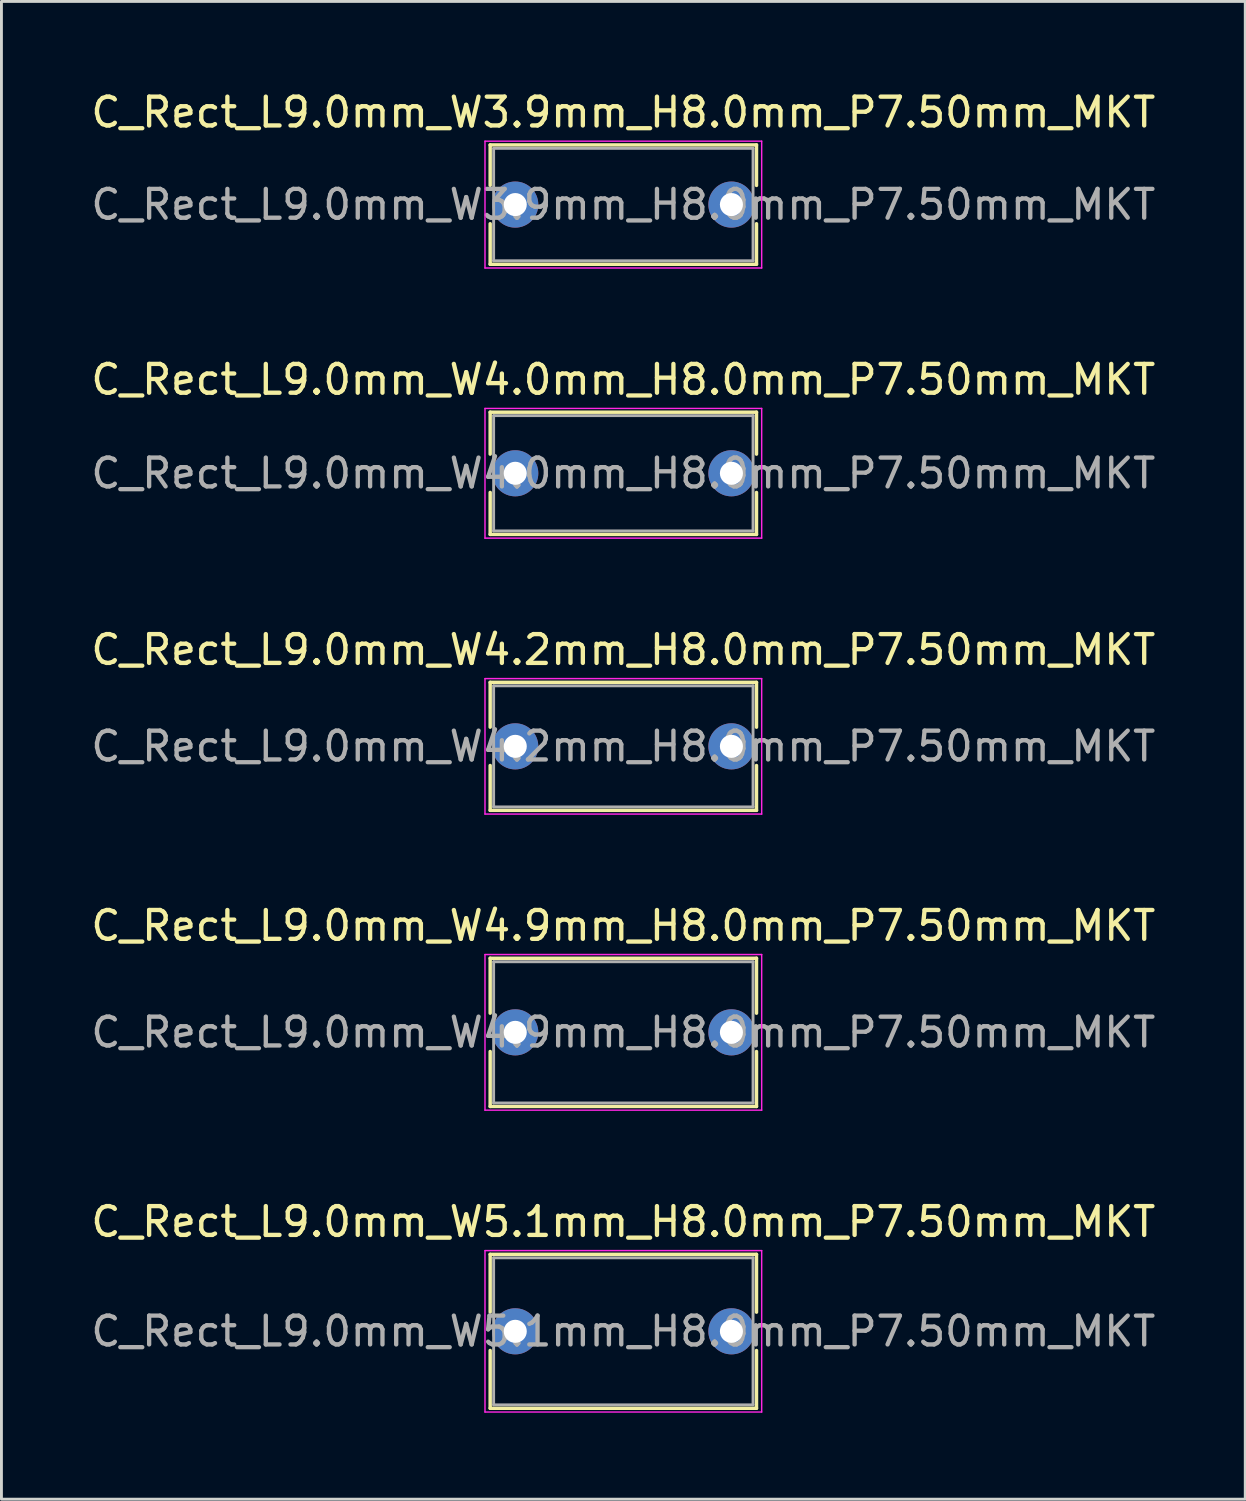
<source format=kicad_pcb>
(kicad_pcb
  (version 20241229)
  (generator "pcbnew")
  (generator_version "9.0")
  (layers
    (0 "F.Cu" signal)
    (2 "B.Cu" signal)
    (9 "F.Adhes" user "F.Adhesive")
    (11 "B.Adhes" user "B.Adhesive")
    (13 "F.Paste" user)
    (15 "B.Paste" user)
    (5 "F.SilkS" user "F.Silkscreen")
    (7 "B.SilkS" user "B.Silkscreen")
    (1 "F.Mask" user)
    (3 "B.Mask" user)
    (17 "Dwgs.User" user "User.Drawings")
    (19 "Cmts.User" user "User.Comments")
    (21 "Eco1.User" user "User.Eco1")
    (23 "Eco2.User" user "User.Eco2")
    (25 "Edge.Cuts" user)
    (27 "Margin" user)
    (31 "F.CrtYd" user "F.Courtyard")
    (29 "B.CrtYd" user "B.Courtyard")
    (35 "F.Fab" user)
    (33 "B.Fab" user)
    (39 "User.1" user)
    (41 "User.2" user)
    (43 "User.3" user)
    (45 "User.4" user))
  (footprint "C_Rect_L9.0mm_W4.2mm_H8.0mm_P7.50mm_MKT"
    (layer "F.Cu")
    (at 14.827 22.845)
    (property "Reference" "C_Rect_L9.0mm_W4.2mm_H8.0mm_P7.50mm_MKT" (at 3.75 -3.35 0) (layer "F.SilkS") (effects (font (size 1 1) (thickness 0.15))))
    (attr through_hole)
    (fp_line (start -0.87 -2.22) (end -0.87 -0.665) (stroke (width 0.12) (type solid)) (layer "F.SilkS"))
    (fp_line (start -0.87 -2.22) (end 8.37 -2.22) (stroke (width 0.12) (type solid)) (layer "F.SilkS"))
    (fp_line (start -0.87 0.665) (end -0.87 2.22) (stroke (width 0.12) (type solid)) (layer "F.SilkS"))
    (fp_line (start -0.87 2.22) (end 8.37 2.22) (stroke (width 0.12) (type solid)) (layer "F.SilkS"))
    (fp_line (start 8.37 -2.22) (end 8.37 -0.665) (stroke (width 0.12) (type solid)) (layer "F.SilkS"))
    (fp_line (start 8.37 0.665) (end 8.37 2.22) (stroke (width 0.12) (type solid)) (layer "F.SilkS"))
    (fp_line (start -1.05 -2.35) (end -1.05 2.35) (stroke (width 0.05) (type solid)) (layer "F.CrtYd"))
    (fp_line (start -1.05 2.35) (end 8.55 2.35) (stroke (width 0.05) (type solid)) (layer "F.CrtYd"))
    (fp_line (start 8.55 -2.35) (end -1.05 -2.35) (stroke (width 0.05) (type solid)) (layer "F.CrtYd"))
    (fp_line (start 8.55 2.35) (end 8.55 -2.35) (stroke (width 0.05) (type solid)) (layer "F.CrtYd"))
    (fp_line (start -0.75 -2.1) (end -0.75 2.1) (stroke (width 0.1) (type solid)) (layer "F.Fab"))
    (fp_line (start -0.75 2.1) (end 8.25 2.1) (stroke (width 0.1) (type solid)) (layer "F.Fab"))
    (fp_line (start 8.25 -2.1) (end -0.75 -2.1) (stroke (width 0.1) (type solid)) (layer "F.Fab"))
    (fp_line (start 8.25 2.1) (end 8.25 -2.1) (stroke (width 0.1) (type solid)) (layer "F.Fab"))
    (fp_text user "${REFERENCE}" (at 3.75 0 0) (layer "F.Fab") (effects (font (size 1 1) (thickness 0.15))))
    (pad "1" thru_hole circle (at 0 0) (size 1.6 1.6) (drill 0.8) (layers "*.Cu" "*.Mask"))
    (pad "2" thru_hole circle (at 7.5 0) (size 1.6 1.6) (drill 0.8) (layers "*.Cu" "*.Mask")))
  (footprint "C_Rect_L9.0mm_W4.9mm_H8.0mm_P7.50mm_MKT"
    (layer "F.Cu")
    (at 14.827 32.768)
    (property "Reference" "C_Rect_L9.0mm_W4.9mm_H8.0mm_P7.50mm_MKT" (at 3.75 -3.7 0) (layer "F.SilkS") (effects (font (size 1 1) (thickness 0.15))))
    (attr through_hole)
    (fp_line (start -0.87 -2.571) (end -0.87 -0.665) (stroke (width 0.12) (type solid)) (layer "F.SilkS"))
    (fp_line (start -0.87 -2.571) (end 8.37 -2.571) (stroke (width 0.12) (type solid)) (layer "F.SilkS"))
    (fp_line (start -0.87 0.665) (end -0.87 2.571) (stroke (width 0.12) (type solid)) (layer "F.SilkS"))
    (fp_line (start -0.87 2.571) (end 8.37 2.571) (stroke (width 0.12) (type solid)) (layer "F.SilkS"))
    (fp_line (start 8.37 -2.571) (end 8.37 -0.665) (stroke (width 0.12) (type solid)) (layer "F.SilkS"))
    (fp_line (start 8.37 0.665) (end 8.37 2.571) (stroke (width 0.12) (type solid)) (layer "F.SilkS"))
    (fp_line (start -1.05 -2.7) (end -1.05 2.7) (stroke (width 0.05) (type solid)) (layer "F.CrtYd"))
    (fp_line (start -1.05 2.7) (end 8.55 2.7) (stroke (width 0.05) (type solid)) (layer "F.CrtYd"))
    (fp_line (start 8.55 -2.7) (end -1.05 -2.7) (stroke (width 0.05) (type solid)) (layer "F.CrtYd"))
    (fp_line (start 8.55 2.7) (end 8.55 -2.7) (stroke (width 0.05) (type solid)) (layer "F.CrtYd"))
    (fp_line (start -0.75 -2.45) (end -0.75 2.45) (stroke (width 0.1) (type solid)) (layer "F.Fab"))
    (fp_line (start -0.75 2.45) (end 8.25 2.45) (stroke (width 0.1) (type solid)) (layer "F.Fab"))
    (fp_line (start 8.25 -2.45) (end -0.75 -2.45) (stroke (width 0.1) (type solid)) (layer "F.Fab"))
    (fp_line (start 8.25 2.45) (end 8.25 -2.45) (stroke (width 0.1) (type solid)) (layer "F.Fab"))
    (fp_text user "${REFERENCE}" (at 3.75 0 0) (layer "F.Fab") (effects (font (size 1 1) (thickness 0.15))))
    (pad "1" thru_hole circle (at 0 0) (size 1.6 1.6) (drill 0.8) (layers "*.Cu" "*.Mask"))
    (pad "2" thru_hole circle (at 7.5 0) (size 1.6 1.6) (drill 0.8) (layers "*.Cu" "*.Mask")))
  (footprint "C_Rect_L9.0mm_W3.9mm_H8.0mm_P7.50mm_MKT"
    (layer "F.Cu")
    (at 14.827 4.048)
    (property "Reference" "C_Rect_L9.0mm_W3.9mm_H8.0mm_P7.50mm_MKT" (at 3.75 -3.2 0) (layer "F.SilkS") (effects (font (size 1 1) (thickness 0.15))))
    (attr through_hole)
    (fp_line (start -0.87 -2.07) (end -0.87 -0.665) (stroke (width 0.12) (type solid)) (layer "F.SilkS"))
    (fp_line (start -0.87 -2.07) (end 8.37 -2.07) (stroke (width 0.12) (type solid)) (layer "F.SilkS"))
    (fp_line (start -0.87 0.665) (end -0.87 2.07) (stroke (width 0.12) (type solid)) (layer "F.SilkS"))
    (fp_line (start -0.87 2.07) (end 8.37 2.07) (stroke (width 0.12) (type solid)) (layer "F.SilkS"))
    (fp_line (start 8.37 -2.07) (end 8.37 -0.665) (stroke (width 0.12) (type solid)) (layer "F.SilkS"))
    (fp_line (start 8.37 0.665) (end 8.37 2.07) (stroke (width 0.12) (type solid)) (layer "F.SilkS"))
    (fp_line (start -1.05 -2.2) (end -1.05 2.2) (stroke (width 0.05) (type solid)) (layer "F.CrtYd"))
    (fp_line (start -1.05 2.2) (end 8.55 2.2) (stroke (width 0.05) (type solid)) (layer "F.CrtYd"))
    (fp_line (start 8.55 -2.2) (end -1.05 -2.2) (stroke (width 0.05) (type solid)) (layer "F.CrtYd"))
    (fp_line (start 8.55 2.2) (end 8.55 -2.2) (stroke (width 0.05) (type solid)) (layer "F.CrtYd"))
    (fp_line (start -0.75 -1.95) (end -0.75 1.95) (stroke (width 0.1) (type solid)) (layer "F.Fab"))
    (fp_line (start -0.75 1.95) (end 8.25 1.95) (stroke (width 0.1) (type solid)) (layer "F.Fab"))
    (fp_line (start 8.25 -1.95) (end -0.75 -1.95) (stroke (width 0.1) (type solid)) (layer "F.Fab"))
    (fp_line (start 8.25 1.95) (end 8.25 -1.95) (stroke (width 0.1) (type solid)) (layer "F.Fab"))
    (fp_text user "${REFERENCE}" (at 3.75 0 0) (layer "F.Fab") (effects (font (size 1 1) (thickness 0.15))))
    (pad "1" thru_hole circle (at 0 0) (size 1.6 1.6) (drill 0.8) (layers "*.Cu" "*.Mask"))
    (pad "2" thru_hole circle (at 7.5 0) (size 1.6 1.6) (drill 0.8) (layers "*.Cu" "*.Mask")))
  (footprint "C_Rect_L9.0mm_W5.1mm_H8.0mm_P7.50mm_MKT"
    (layer "F.Cu")
    (at 14.827 43.141)
    (property "Reference" "C_Rect_L9.0mm_W5.1mm_H8.0mm_P7.50mm_MKT" (at 3.75 -3.8 0) (layer "F.SilkS") (effects (font (size 1 1) (thickness 0.15))))
    (attr through_hole)
    (fp_line (start -0.87 -2.67) (end -0.87 -0.665) (stroke (width 0.12) (type solid)) (layer "F.SilkS"))
    (fp_line (start -0.87 -2.67) (end 8.37 -2.67) (stroke (width 0.12) (type solid)) (layer "F.SilkS"))
    (fp_line (start -0.87 0.665) (end -0.87 2.67) (stroke (width 0.12) (type solid)) (layer "F.SilkS"))
    (fp_line (start -0.87 2.67) (end 8.37 2.67) (stroke (width 0.12) (type solid)) (layer "F.SilkS"))
    (fp_line (start 8.37 -2.67) (end 8.37 -0.665) (stroke (width 0.12) (type solid)) (layer "F.SilkS"))
    (fp_line (start 8.37 0.665) (end 8.37 2.67) (stroke (width 0.12) (type solid)) (layer "F.SilkS"))
    (fp_line (start -1.05 -2.8) (end -1.05 2.8) (stroke (width 0.05) (type solid)) (layer "F.CrtYd"))
    (fp_line (start -1.05 2.8) (end 8.55 2.8) (stroke (width 0.05) (type solid)) (layer "F.CrtYd"))
    (fp_line (start 8.55 -2.8) (end -1.05 -2.8) (stroke (width 0.05) (type solid)) (layer "F.CrtYd"))
    (fp_line (start 8.55 2.8) (end 8.55 -2.8) (stroke (width 0.05) (type solid)) (layer "F.CrtYd"))
    (fp_line (start -0.75 -2.55) (end -0.75 2.55) (stroke (width 0.1) (type solid)) (layer "F.Fab"))
    (fp_line (start -0.75 2.55) (end 8.25 2.55) (stroke (width 0.1) (type solid)) (layer "F.Fab"))
    (fp_line (start 8.25 -2.55) (end -0.75 -2.55) (stroke (width 0.1) (type solid)) (layer "F.Fab"))
    (fp_line (start 8.25 2.55) (end 8.25 -2.55) (stroke (width 0.1) (type solid)) (layer "F.Fab"))
    (fp_text user "${REFERENCE}" (at 3.75 0 0) (layer "F.Fab") (effects (font (size 1 1) (thickness 0.15))))
    (pad "1" thru_hole circle (at 0 0) (size 1.6 1.6) (drill 0.8) (layers "*.Cu" "*.Mask"))
    (pad "2" thru_hole circle (at 7.5 0) (size 1.6 1.6) (drill 0.8) (layers "*.Cu" "*.Mask")))
  (footprint "C_Rect_L9.0mm_W4.0mm_H8.0mm_P7.50mm_MKT"
    (layer "F.Cu")
    (at 14.827 13.371)
    (property "Reference" "C_Rect_L9.0mm_W4.0mm_H8.0mm_P7.50mm_MKT" (at 3.75 -3.25 0) (layer "F.SilkS") (effects (font (size 1 1) (thickness 0.15))))
    (attr through_hole)
    (fp_line (start -0.87 -2.12) (end -0.87 -0.665) (stroke (width 0.12) (type solid)) (layer "F.SilkS"))
    (fp_line (start -0.87 -2.12) (end 8.37 -2.12) (stroke (width 0.12) (type solid)) (layer "F.SilkS"))
    (fp_line (start -0.87 0.665) (end -0.87 2.12) (stroke (width 0.12) (type solid)) (layer "F.SilkS"))
    (fp_line (start -0.87 2.12) (end 8.37 2.12) (stroke (width 0.12) (type solid)) (layer "F.SilkS"))
    (fp_line (start 8.37 -2.12) (end 8.37 -0.665) (stroke (width 0.12) (type solid)) (layer "F.SilkS"))
    (fp_line (start 8.37 0.665) (end 8.37 2.12) (stroke (width 0.12) (type solid)) (layer "F.SilkS"))
    (fp_line (start -1.05 -2.25) (end -1.05 2.25) (stroke (width 0.05) (type solid)) (layer "F.CrtYd"))
    (fp_line (start -1.05 2.25) (end 8.55 2.25) (stroke (width 0.05) (type solid)) (layer "F.CrtYd"))
    (fp_line (start 8.55 -2.25) (end -1.05 -2.25) (stroke (width 0.05) (type solid)) (layer "F.CrtYd"))
    (fp_line (start 8.55 2.25) (end 8.55 -2.25) (stroke (width 0.05) (type solid)) (layer "F.CrtYd"))
    (fp_line (start -0.75 -2) (end -0.75 2) (stroke (width 0.1) (type solid)) (layer "F.Fab"))
    (fp_line (start -0.75 2) (end 8.25 2) (stroke (width 0.1) (type solid)) (layer "F.Fab"))
    (fp_line (start 8.25 -2) (end -0.75 -2) (stroke (width 0.1) (type solid)) (layer "F.Fab"))
    (fp_line (start 8.25 2) (end 8.25 -2) (stroke (width 0.1) (type solid)) (layer "F.Fab"))
    (fp_text user "${REFERENCE}" (at 3.75 0 0) (layer "F.Fab") (effects (font (size 1 1) (thickness 0.15))))
    (pad "1" thru_hole circle (at 0 0) (size 1.6 1.6) (drill 0.8) (layers "*.Cu" "*.Mask"))
    (pad "2" thru_hole circle (at 7.5 0) (size 1.6 1.6) (drill 0.8) (layers "*.Cu" "*.Mask")))
  (gr_rect
    (start -3 -3)
    (end 40.155 48.966)
    (stroke (width 0.1) (type default))
    (fill no)
    (layer "Edge.Cuts")))
</source>
